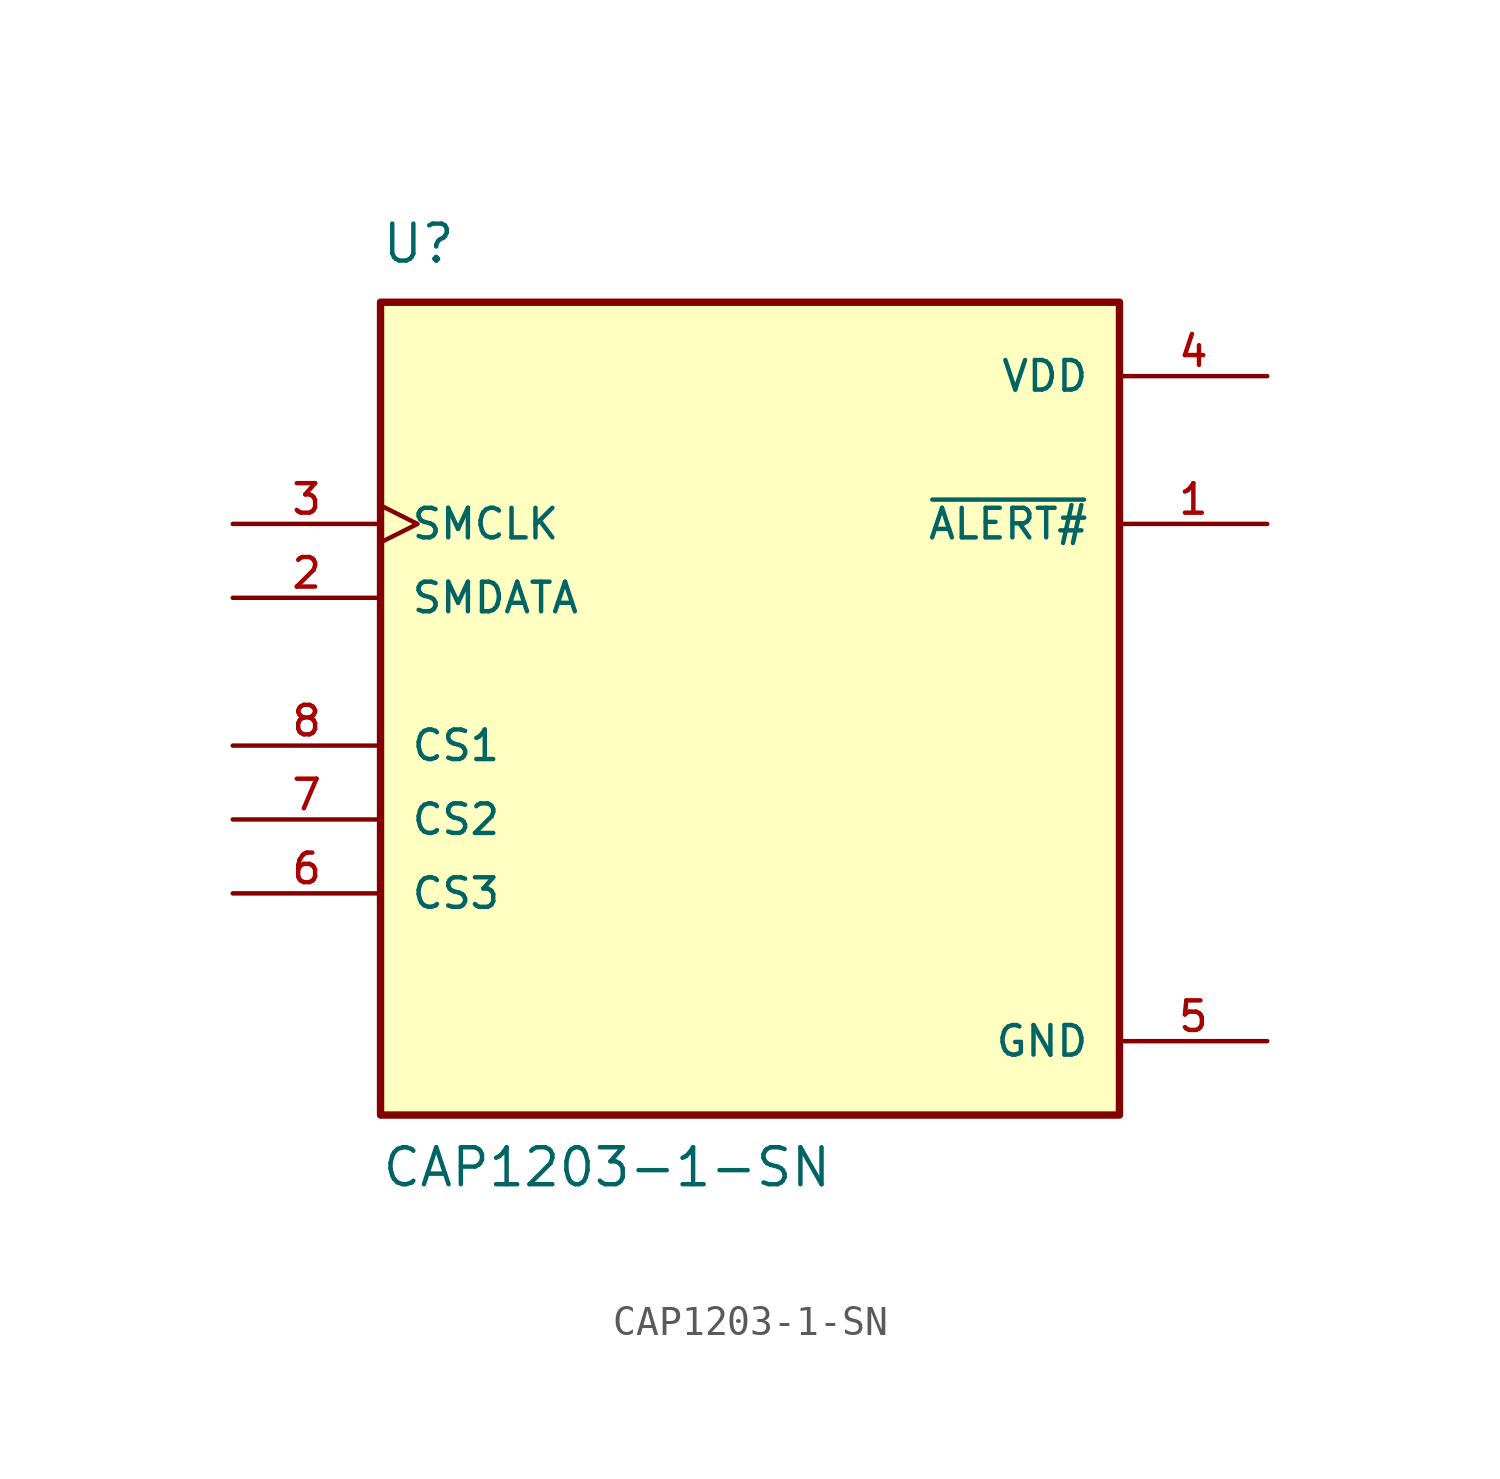
<source format=kicad_sym>
(kicad_symbol_lib
  (version 20211014)
  (generator kicad_symbol_editor)
  (symbol "CAP1203-1-SN"
    (pin_names
      (offset 1.016))
    (property "Reference" "U"
      (at -12.7 16.51 0)
      (effects (font (size 1.27 1.27)) (justify bottom left)))
    (property "Value" "CAP1203-1-SN"
      (at -12.7 -15.24 0)
      (effects (font (size 1.27 1.27)) (justify bottom left)))
    (symbol "CAP1203-1-SN_0_0"
      (rectangle (start -12.7 -12.7) (end 12.7 15.24) (stroke (width 0.254)) (fill (type background)))
      (pin output line (at 17.78 7.62 180.0) (length 5.08) (name "~{ALERT#}" (effects (font (size 1.016 1.016)))) (number "1" (effects (font (size 1.016 1.016)))))
      (pin bidirectional line (at -17.78 5.08 0) (length 5.08) (name "SMDATA" (effects (font (size 1.016 1.016)))) (number "2" (effects (font (size 1.016 1.016)))))
      (pin input clock (at -17.78 7.62 0) (length 5.08) (name "SMCLK" (effects (font (size 1.016 1.016)))) (number "3" (effects (font (size 1.016 1.016)))))
      (pin power_in line (at 17.78 12.7 180.0) (length 5.08) (name "VDD" (effects (font (size 1.016 1.016)))) (number "4" (effects (font (size 1.016 1.016)))))
      (pin power_in line (at 17.78 -10.16 180.0) (length 5.08) (name "GND" (effects (font (size 1.016 1.016)))) (number "5" (effects (font (size 1.016 1.016)))))
      (pin bidirectional line (at -17.78 0.0 0) (length 5.08) (name "CS1" (effects (font (size 1.016 1.016)))) (number "8" (effects (font (size 1.016 1.016)))))
      (pin bidirectional line (at -17.78 -2.54 0) (length 5.08) (name "CS2" (effects (font (size 1.016 1.016)))) (number "7" (effects (font (size 1.016 1.016)))))
      (pin bidirectional line (at -17.78 -5.08 0) (length 5.08) (name "CS3" (effects (font (size 1.016 1.016)))) (number "6" (effects (font (size 1.016 1.016))))))))
</source>
